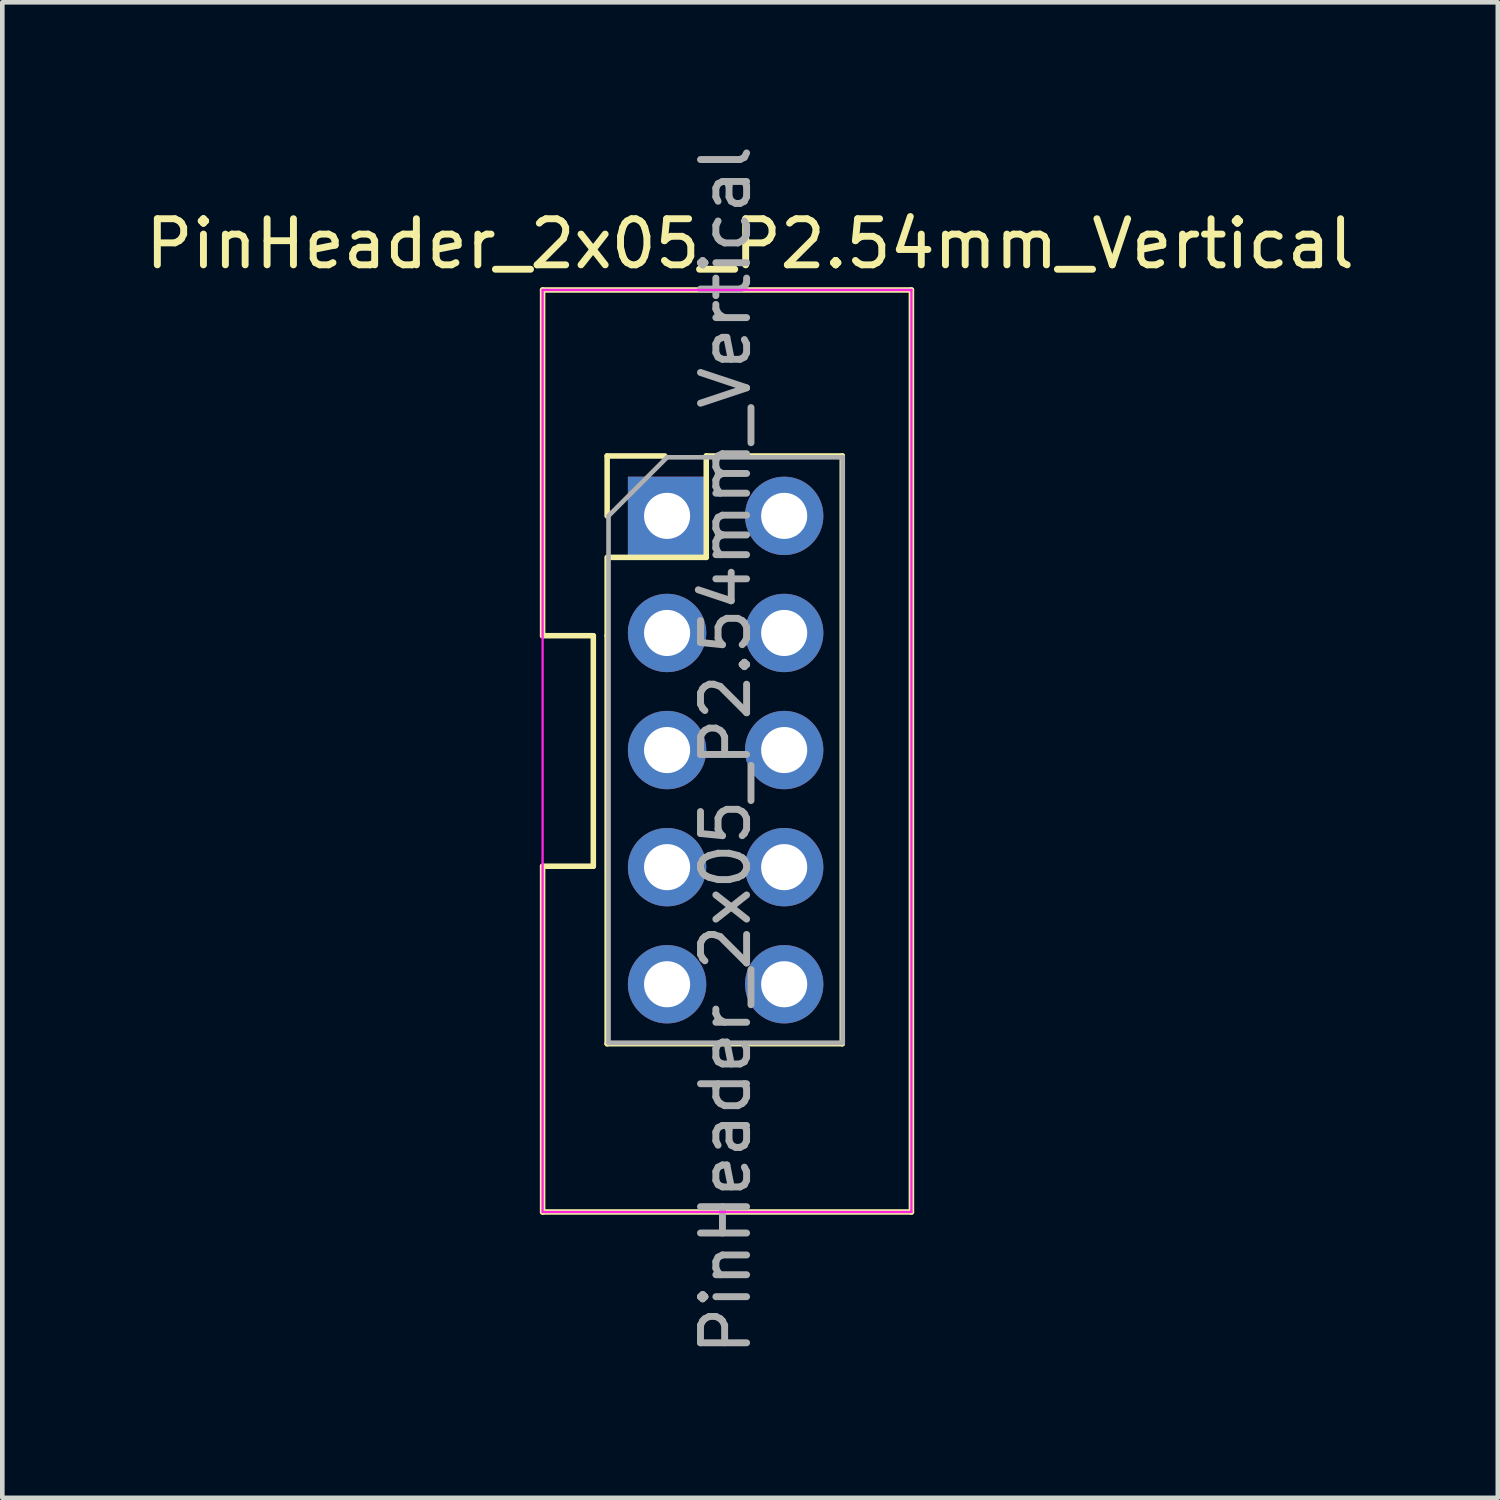
<source format=kicad_pcb>
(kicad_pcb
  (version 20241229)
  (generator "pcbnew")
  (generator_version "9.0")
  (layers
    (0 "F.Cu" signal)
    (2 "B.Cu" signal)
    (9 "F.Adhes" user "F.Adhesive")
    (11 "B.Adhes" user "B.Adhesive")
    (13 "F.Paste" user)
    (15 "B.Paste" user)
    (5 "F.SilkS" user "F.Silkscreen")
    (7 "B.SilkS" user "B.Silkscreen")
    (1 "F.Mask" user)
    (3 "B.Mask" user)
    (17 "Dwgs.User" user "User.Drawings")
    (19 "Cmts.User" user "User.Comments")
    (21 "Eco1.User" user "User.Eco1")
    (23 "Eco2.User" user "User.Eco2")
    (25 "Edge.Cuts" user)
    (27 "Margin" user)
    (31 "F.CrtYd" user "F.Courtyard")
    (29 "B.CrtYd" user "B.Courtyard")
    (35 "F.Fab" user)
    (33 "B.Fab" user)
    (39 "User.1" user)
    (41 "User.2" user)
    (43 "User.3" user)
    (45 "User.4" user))
  (footprint "PinHeader_2x05_P2.54mm_Vertical"
    (layer "F.Cu")
    (at 11.42 8.14)
    (property "Reference" "PinHeader_2x05_P2.54mm_Vertical" (at 1.8 -5.9 0) (layer "F.SilkS") (effects (font (size 1 1) (thickness 0.15))))
    (attr through_hole)
    (fp_line (start -2.7 -4.9) (end -2.7 2.6) (stroke (width 0.12) (type solid)) (layer "F.SilkS"))
    (fp_line (start -2.7 2.6) (end -1.6 2.6) (stroke (width 0.12) (type solid)) (layer "F.SilkS"))
    (fp_line (start -2.7 7.6) (end -2.7 15.1) (stroke (width 0.12) (type solid)) (layer "F.SilkS"))
    (fp_line (start -2.7 15.1) (end 5.3 15.1) (stroke (width 0.12) (type solid)) (layer "F.SilkS"))
    (fp_line (start -1.6 2.6) (end -1.6 7.6) (stroke (width 0.12) (type solid)) (layer "F.SilkS"))
    (fp_line (start -1.6 7.6) (end -2.7 7.6) (stroke (width 0.12) (type solid)) (layer "F.SilkS"))
    (fp_line (start -1.3 -1.3) (end -0.05 -1.3) (stroke (width 0.12) (type solid)) (layer "F.SilkS"))
    (fp_line (start -1.3 0) (end -1.3 -1.3) (stroke (width 0.12) (type solid)) (layer "F.SilkS"))
    (fp_line (start -1.3 2.6) (end -1.3 0.9) (stroke (width 0.12) (type solid)) (layer "F.SilkS"))
    (fp_line (start -1.3 11.45) (end -1.3 2.6) (stroke (width 0.12) (type solid)) (layer "F.SilkS"))
    (fp_line (start -1.25 0.9) (end 0.85 0.9) (stroke (width 0.12) (type solid)) (layer "F.SilkS"))
    (fp_line (start 0.85 -1.3) (end 3.8 -1.3) (stroke (width 0.12) (type solid)) (layer "F.SilkS"))
    (fp_line (start 0.85 0.9) (end 0.85 -1.3) (stroke (width 0.12) (type solid)) (layer "F.SilkS"))
    (fp_line (start 3.8 -1.3) (end 3.8 11.45) (stroke (width 0.12) (type solid)) (layer "F.SilkS"))
    (fp_line (start 3.8 11.45) (end -1.3 11.45) (stroke (width 0.12) (type solid)) (layer "F.SilkS"))
    (fp_line (start 5.3 -4.9) (end -2.7 -4.9) (stroke (width 0.12) (type solid)) (layer "F.SilkS"))
    (fp_line (start 5.3 15.1) (end 5.3 -4.9) (stroke (width 0.12) (type solid)) (layer "F.SilkS"))
    (fp_line (start -2.7 -4.9) (end -2.7 15.1) (stroke (width 0.05) (type solid)) (layer "F.CrtYd"))
    (fp_line (start -2.7 15.1) (end 5.3 15.1) (stroke (width 0.05) (type solid)) (layer "F.CrtYd"))
    (fp_line (start 5.3 -4.9) (end -2.7 -4.9) (stroke (width 0.05) (type solid)) (layer "F.CrtYd"))
    (fp_line (start 5.3 15.1) (end 5.3 -4.9) (stroke (width 0.05) (type solid)) (layer "F.CrtYd"))
    (fp_line (start -1.27 0) (end 0 -1.27) (stroke (width 0.1) (type solid)) (layer "F.Fab"))
    (fp_line (start -1.27 11.43) (end -1.27 0) (stroke (width 0.1) (type solid)) (layer "F.Fab"))
    (fp_line (start 0 -1.27) (end 3.81 -1.27) (stroke (width 0.1) (type solid)) (layer "F.Fab"))
    (fp_line (start 3.81 -1.27) (end 3.81 11.43) (stroke (width 0.1) (type solid)) (layer "F.Fab"))
    (fp_line (start 3.81 11.43) (end -1.27 11.43) (stroke (width 0.1) (type solid)) (layer "F.Fab"))
    (fp_text user "${REFERENCE}" (at 1.27 5.08 90) (layer "F.Fab") (effects (font (size 1 1) (thickness 0.15))))
    (pad "1" thru_hole rect (at 0 0) (size 1.7 1.7) (drill 1) (layers "*.Cu" "*.Mask"))
    (pad "2" thru_hole oval (at 2.54 0) (size 1.7 1.7) (drill 1) (layers "*.Cu" "*.Mask"))
    (pad "3" thru_hole oval (at 0 2.54) (size 1.7 1.7) (drill 1) (layers "*.Cu" "*.Mask"))
    (pad "4" thru_hole oval (at 2.54 2.54) (size 1.7 1.7) (drill 1) (layers "*.Cu" "*.Mask"))
    (pad "5" thru_hole oval (at 0 5.08) (size 1.7 1.7) (drill 1) (layers "*.Cu" "*.Mask"))
    (pad "6" thru_hole oval (at 2.54 5.08) (size 1.7 1.7) (drill 1) (layers "*.Cu" "*.Mask"))
    (pad "7" thru_hole oval (at 0 7.62) (size 1.7 1.7) (drill 1) (layers "*.Cu" "*.Mask"))
    (pad "8" thru_hole oval (at 2.54 7.62) (size 1.7 1.7) (drill 1) (layers "*.Cu" "*.Mask"))
    (pad "9" thru_hole oval (at 0 10.16) (size 1.7 1.7) (drill 1) (layers "*.Cu" "*.Mask"))
    (pad "10" thru_hole oval (at 2.54 10.16) (size 1.7 1.7) (drill 1) (layers "*.Cu" "*.Mask")))
  (gr_rect
    (start -3 -3)
    (end 29.44 29.44)
    (stroke (width 0.1) (type default))
    (fill no)
    (layer "Edge.Cuts")))
</source>
